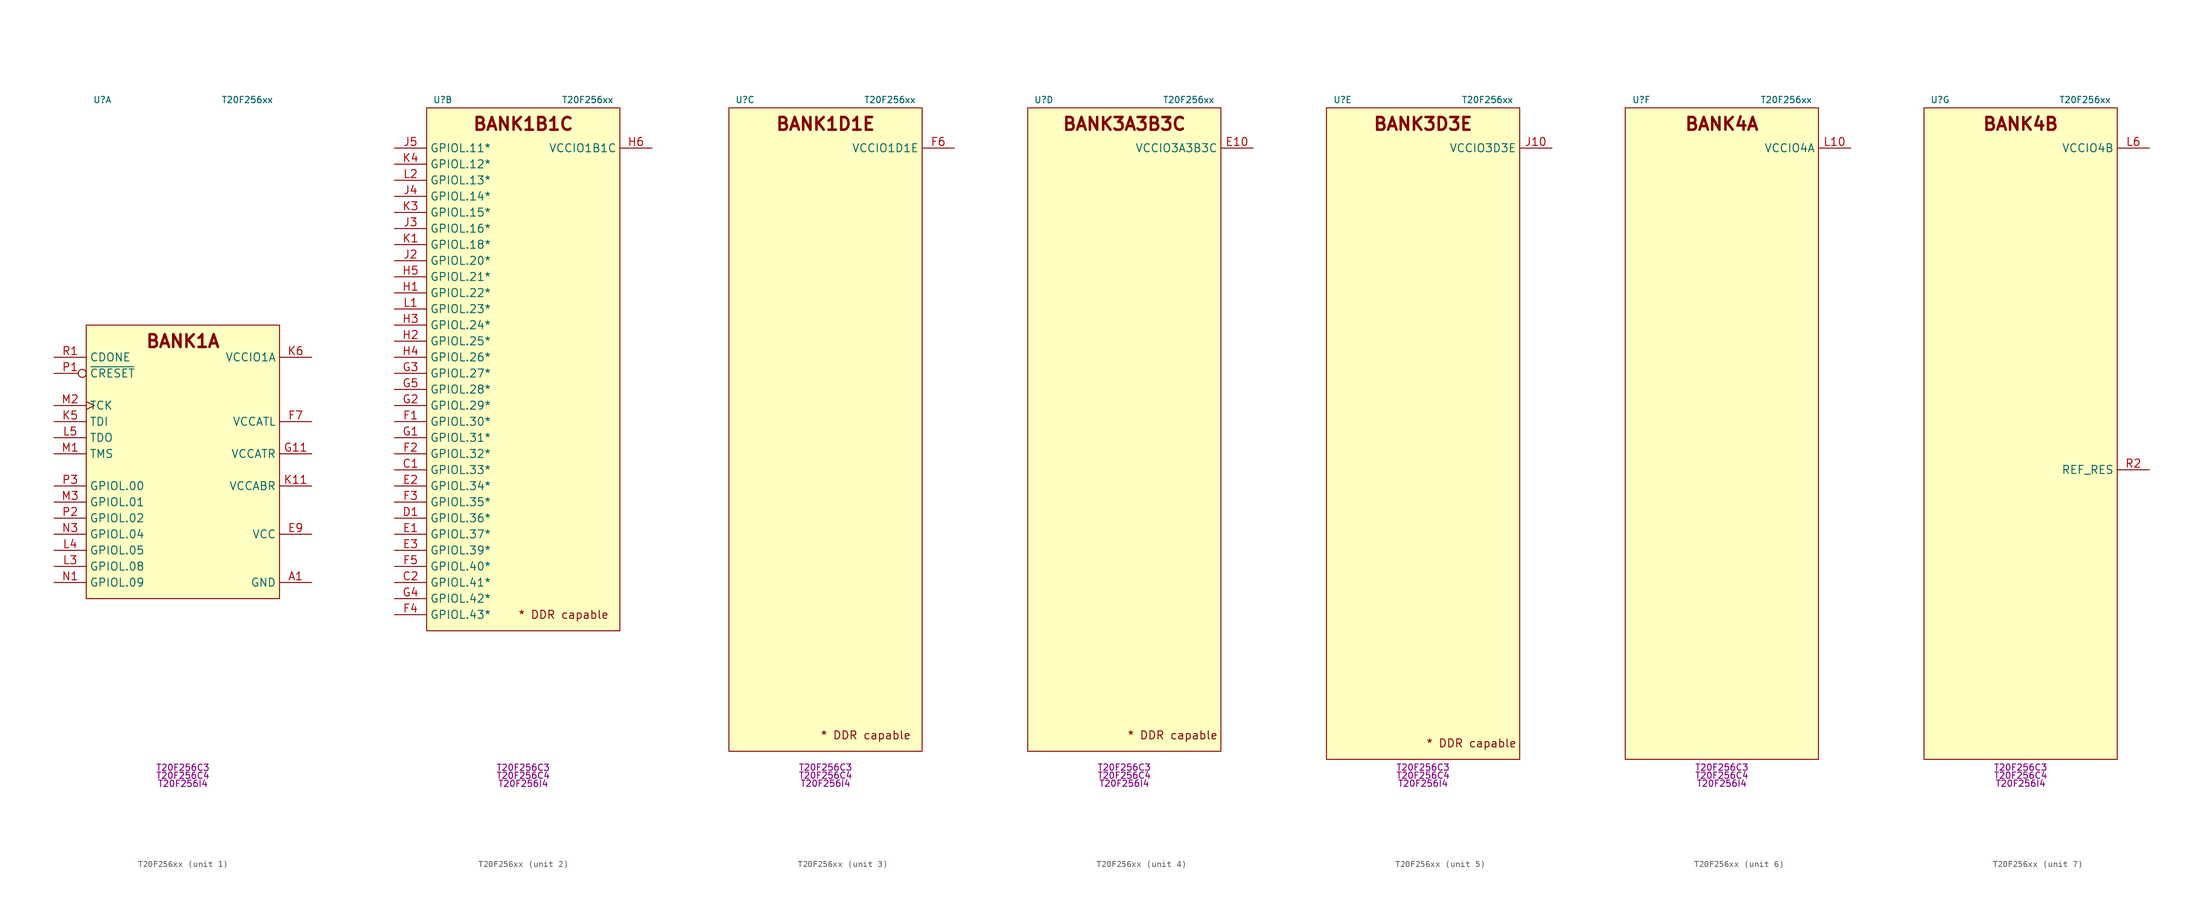
<source format=kicad_sym>
(kicad_symbol_lib
  (version 20220914)
  (generator kicad_symbol_editor)
  (symbol "T20F256xx"
    (property "Reference" "U"
      (at -12.7 58.42 0)
      (effects (font (size 1 1))))
    (property "Value" "T20F256xx"
      (at 10.16 58.42 0)
      (effects (font (size 1 1))))
    (property "MPN" "T20F256C3"
      (at 0 -46.99 0)
      (effects (font (size 1 1))))
    (property "MPN2" "T20F256C4"
      (at 0 -48.26 0)
      (effects (font (size 1 1))))
    (property "MPN3" "T20F256I4"
      (at 0 -49.53 0)
      (effects (font (size 1 1))))
    (property "ki_locked" ""
      (at 0 0 0)
      (effects (font (size 1.27 1.27))))
    (symbol "T20F256xx_1_1"
      (rectangle (start -15.24 22.86) (end 15.24 -20.32) (stroke (width 0) (type default)) (fill (type background)))
      (text "BANK1A" (at 0 20.32 0) (effects (font (size 2 2) bold)))
      (pin power_in line (at 20.32 -17.78 180) (length 5.08) (name "GND" (effects (font (size 1.27 1.27)))) (number "A1" (effects (font (size 1.27 1.27)))))
      (pin power_in line (at 20.32 -17.78 180) (length 5.08) hide (name "GND" (effects (font (size 1.27 1.27)))) (number "A12" (effects (font (size 1.27 1.27)))))
      (pin power_in line (at 20.32 -17.78 180) (length 5.08) hide (name "GND" (effects (font (size 1.27 1.27)))) (number "A16" (effects (font (size 1.27 1.27)))))
      (pin power_in line (at 20.32 -17.78 180) (length 5.08) hide (name "GND" (effects (font (size 1.27 1.27)))) (number "A5" (effects (font (size 1.27 1.27)))))
      (pin power_in line (at 20.32 -17.78 180) (length 5.08) hide (name "GND" (effects (font (size 1.27 1.27)))) (number "D15" (effects (font (size 1.27 1.27)))))
      (pin power_in line (at 20.32 -17.78 180) (length 5.08) hide (name "GND" (effects (font (size 1.27 1.27)))) (number "D2" (effects (font (size 1.27 1.27)))))
      (pin power_in line (at 20.32 -10.16 180) (length 5.08) (name "VCC" (effects (font (size 1.27 1.27)))) (number "E9" (effects (font (size 1.27 1.27)))))
      (pin power_in line (at 20.32 7.62 180) (length 5.08) (name "VCCATL" (effects (font (size 1.27 1.27)))) (number "F7" (effects (font (size 1.27 1.27)))))
      (pin power_in line (at 20.32 -10.16 180) (length 5.08) hide (name "VCC" (effects (font (size 1.27 1.27)))) (number "F8" (effects (font (size 1.27 1.27)))))
      (pin power_in line (at 20.32 -10.16 180) (length 5.08) hide (name "VCC" (effects (font (size 1.27 1.27)))) (number "F9" (effects (font (size 1.27 1.27)))))
      (pin power_in line (at 20.32 -17.78 180) (length 5.08) hide (name "GND" (effects (font (size 1.27 1.27)))) (number "G10" (effects (font (size 1.27 1.27)))))
      (pin power_in line (at 20.32 2.54 180) (length 5.08) (name "VCCATR" (effects (font (size 1.27 1.27)))) (number "G11" (effects (font (size 1.27 1.27)))))
      (pin power_in line (at 20.32 -17.78 180) (length 5.08) hide (name "GND" (effects (font (size 1.27 1.27)))) (number "G7" (effects (font (size 1.27 1.27)))))
      (pin power_in line (at 20.32 -17.78 180) (length 5.08) hide (name "GND" (effects (font (size 1.27 1.27)))) (number "G8" (effects (font (size 1.27 1.27)))))
      (pin power_in line (at 20.32 -17.78 180) (length 5.08) hide (name "GND" (effects (font (size 1.27 1.27)))) (number "G9" (effects (font (size 1.27 1.27)))))
      (pin power_in line (at 20.32 -17.78 180) (length 5.08) hide (name "GND" (effects (font (size 1.27 1.27)))) (number "H10" (effects (font (size 1.27 1.27)))))
      (pin power_in line (at 20.32 -17.78 180) (length 5.08) hide (name "GND" (effects (font (size 1.27 1.27)))) (number "H11" (effects (font (size 1.27 1.27)))))
      (pin power_in line (at 20.32 -17.78 180) (length 5.08) hide (name "GND" (effects (font (size 1.27 1.27)))) (number "H8" (effects (font (size 1.27 1.27)))))
      (pin power_in line (at 20.32 -17.78 180) (length 5.08) hide (name "GND" (effects (font (size 1.27 1.27)))) (number "H9" (effects (font (size 1.27 1.27)))))
      (pin power_in line (at 20.32 -17.78 180) (length 5.08) hide (name "GND" (effects (font (size 1.27 1.27)))) (number "J1" (effects (font (size 1.27 1.27)))))
      (pin power_in line (at 20.32 -17.78 180) (length 5.08) hide (name "GND" (effects (font (size 1.27 1.27)))) (number "J16" (effects (font (size 1.27 1.27)))))
      (pin power_in line (at 20.32 -10.16 180) (length 5.08) hide (name "VCC" (effects (font (size 1.27 1.27)))) (number "J6" (effects (font (size 1.27 1.27)))))
      (pin power_in line (at 20.32 -10.16 180) (length 5.08) hide (name "VCC" (effects (font (size 1.27 1.27)))) (number "J7" (effects (font (size 1.27 1.27)))))
      (pin power_in line (at 20.32 -17.78 180) (length 5.08) hide (name "GND" (effects (font (size 1.27 1.27)))) (number "J8" (effects (font (size 1.27 1.27)))))
      (pin power_in line (at 20.32 -17.78 180) (length 5.08) hide (name "GND" (effects (font (size 1.27 1.27)))) (number "J9" (effects (font (size 1.27 1.27)))))
      (pin power_in line (at 20.32 -17.78 180) (length 5.08) hide (name "GND" (effects (font (size 1.27 1.27)))) (number "K10" (effects (font (size 1.27 1.27)))))
      (pin power_in line (at 20.32 -2.54 180) (length 5.08) (name "VCCABR" (effects (font (size 1.27 1.27)))) (number "K11" (effects (font (size 1.27 1.27)))))
      (pin input line (at -20.32 7.62 0) (length 5.08) (name "TDI" (effects (font (size 1.27 1.27)))) (number "K5" (effects (font (size 1.27 1.27)))))
      (pin power_in line (at 20.32 17.78 180) (length 5.08) (name "VCCIO1A" (effects (font (size 1.27 1.27)))) (number "K6" (effects (font (size 1.27 1.27)))))
      (pin power_in line (at 20.32 -17.78 180) (length 5.08) hide (name "GND" (effects (font (size 1.27 1.27)))) (number "K7" (effects (font (size 1.27 1.27)))))
      (pin power_in line (at 20.32 -17.78 180) (length 5.08) hide (name "GND" (effects (font (size 1.27 1.27)))) (number "K8" (effects (font (size 1.27 1.27)))))
      (pin power_in line (at 20.32 -10.16 180) (length 5.08) hide (name "VCC" (effects (font (size 1.27 1.27)))) (number "K9" (effects (font (size 1.27 1.27)))))
      (pin bidirectional line (at -20.32 -15.24 0) (length 5.08) (name "GPIOL.08" (effects (font (size 1.27 1.27)))) (number "L3" (effects (font (size 1.27 1.27)))) (alternate "CDI0" bidirectional line))
      (pin bidirectional line (at -20.32 -12.7 0) (length 5.08) (name "GPIOL.05" (effects (font (size 1.27 1.27)))) (number "L4" (effects (font (size 1.27 1.27)))) (alternate "CSO" output line))
      (pin output line (at -20.32 5.08 0) (length 5.08) (name "TDO" (effects (font (size 1.27 1.27)))) (number "L5" (effects (font (size 1.27 1.27)))))
      (pin power_in line (at 20.32 -17.78 180) (length 5.08) hide (name "GND" (effects (font (size 1.27 1.27)))) (number "L8" (effects (font (size 1.27 1.27)))))
      (pin power_in line (at 20.32 -17.78 180) (length 5.08) hide (name "GND" (effects (font (size 1.27 1.27)))) (number "L9" (effects (font (size 1.27 1.27)))))
      (pin input line (at -20.32 2.54 0) (length 5.08) (name "TMS" (effects (font (size 1.27 1.27)))) (number "M1" (effects (font (size 1.27 1.27)))))
      (pin input clock (at -20.32 10.16 0) (length 5.08) (name "TCK" (effects (font (size 1.27 1.27)))) (number "M2" (effects (font (size 1.27 1.27)))))
      (pin bidirectional line (at -20.32 -5.08 0) (length 5.08) (name "GPIOL.01" (effects (font (size 1.27 1.27)))) (number "M3" (effects (font (size 1.27 1.27)))) (alternate "CCK" bidirectional clock))
      (pin bidirectional line (at -20.32 -17.78 0) (length 5.08) (name "GPIOL.09" (effects (font (size 1.27 1.27)))) (number "N1" (effects (font (size 1.27 1.27)))) (alternate "CDI1" bidirectional line))
      (pin power_in line (at 20.32 -17.78 180) (length 5.08) hide (name "GND" (effects (font (size 1.27 1.27)))) (number "N15" (effects (font (size 1.27 1.27)))))
      (pin power_in line (at 20.32 -17.78 180) (length 5.08) hide (name "GND" (effects (font (size 1.27 1.27)))) (number "N2" (effects (font (size 1.27 1.27)))))
      (pin bidirectional line (at -20.32 -10.16 0) (length 5.08) (name "GPIOL.04" (effects (font (size 1.27 1.27)))) (number "N3" (effects (font (size 1.27 1.27)))) (alternate "CSI" input line))
      (pin input inverted (at -20.32 15.24 0) (length 5.08) (name "~{CRESET}" (effects (font (size 1.27 1.27)))) (number "P1" (effects (font (size 1.27 1.27)))))
      (pin bidirectional line (at -20.32 -7.62 0) (length 5.08) (name "GPIOL.02" (effects (font (size 1.27 1.27)))) (number "P2" (effects (font (size 1.27 1.27)))))
      (pin bidirectional line (at -20.32 -2.54 0) (length 5.08) (name "GPIOL.00" (effects (font (size 1.27 1.27)))) (number "P3" (effects (font (size 1.27 1.27)))) (alternate "~{SS}" bidirectional inverted))
      (pin open_collector line (at -20.32 17.78 0) (length 5.08) (name "CDONE" (effects (font (size 1.27 1.27)))) (number "R1" (effects (font (size 1.27 1.27)))))
      (pin power_in line (at 20.32 -17.78 180) (length 5.08) hide (name "GND" (effects (font (size 1.27 1.27)))) (number "R10" (effects (font (size 1.27 1.27)))))
      (pin power_in line (at 20.32 -17.78 180) (length 5.08) hide (name "GND" (effects (font (size 1.27 1.27)))) (number "R7" (effects (font (size 1.27 1.27)))))
      (pin power_in line (at 20.32 -17.78 180) (length 5.08) hide (name "GND" (effects (font (size 1.27 1.27)))) (number "T1" (effects (font (size 1.27 1.27)))))
      (pin power_in line (at 20.32 -17.78 180) (length 5.08) hide (name "GND" (effects (font (size 1.27 1.27)))) (number "T13" (effects (font (size 1.27 1.27)))))
      (pin power_in line (at 20.32 -17.78 180) (length 5.08) hide (name "GND" (effects (font (size 1.27 1.27)))) (number "T16" (effects (font (size 1.27 1.27)))))
      (pin power_in line (at 20.32 -17.78 180) (length 5.08) hide (name "GND" (effects (font (size 1.27 1.27)))) (number "T4" (effects (font (size 1.27 1.27))))))
    (symbol "T20F256xx_2_1"
      (rectangle (start -15.24 57.15) (end 15.24 -25.4) (stroke (width 0) (type default)) (fill (type background)))
      (text "* DDR capable" (at 6.35 -22.86 0) (effects (font (size 1.27 1.27))))
      (text "BANK1B1C" (at 0 54.61 0) (effects (font (size 2 2) bold)))
      (pin bidirectional line (at -20.32 0 0) (length 5.08) (name "GPIOL.33*" (effects (font (size 1.27 1.27)))) (number "C1" (effects (font (size 1.27 1.27)))) (alternate "CTRL5" input line))
      (pin bidirectional line (at -20.32 -17.78 0) (length 5.08) (name "GPIOL.41*" (effects (font (size 1.27 1.27)))) (number "C2" (effects (font (size 1.27 1.27)))) (alternate "CDI9" bidirectional line))
      (pin bidirectional line (at -20.32 -7.62 0) (length 5.08) (name "GPIOL.36*" (effects (font (size 1.27 1.27)))) (number "D1" (effects (font (size 1.27 1.27)))))
      (pin bidirectional line (at -20.32 -10.16 0) (length 5.08) (name "GPIOL.37*" (effects (font (size 1.27 1.27)))) (number "E1" (effects (font (size 1.27 1.27)))))
      (pin bidirectional line (at -20.32 -2.54 0) (length 5.08) (name "GPIOL.34*" (effects (font (size 1.27 1.27)))) (number "E2" (effects (font (size 1.27 1.27)))) (alternate "CTRL6" input line))
      (pin bidirectional line (at -20.32 -12.7 0) (length 5.08) (name "GPIOL.39*" (effects (font (size 1.27 1.27)))) (number "E3" (effects (font (size 1.27 1.27)))))
      (pin bidirectional line (at -20.32 7.62 0) (length 5.08) (name "GPIOL.30*" (effects (font (size 1.27 1.27)))) (number "F1" (effects (font (size 1.27 1.27)))) (alternate "CLK6" input clock))
      (pin bidirectional line (at -20.32 2.54 0) (length 5.08) (name "GPIOL.32*" (effects (font (size 1.27 1.27)))) (number "F2" (effects (font (size 1.27 1.27)))) (alternate " CDI7" bidirectional line) (alternate "CTRL4" input line))
      (pin bidirectional line (at -20.32 -5.08 0) (length 5.08) (name "GPIOL.35*" (effects (font (size 1.27 1.27)))) (number "F3" (effects (font (size 1.27 1.27)))) (alternate "CTRL7" input line))
      (pin bidirectional line (at -20.32 -22.86 0) (length 5.08) (name "GPIOL.43*" (effects (font (size 1.27 1.27)))) (number "F4" (effects (font (size 1.27 1.27)))))
      (pin bidirectional line (at -20.32 -15.24 0) (length 5.08) (name "GPIOL.40*" (effects (font (size 1.27 1.27)))) (number "F5" (effects (font (size 1.27 1.27)))) (alternate "CDI8" bidirectional line))
      (pin bidirectional line (at -20.32 5.08 0) (length 5.08) (name "GPIOL.31*" (effects (font (size 1.27 1.27)))) (number "G1" (effects (font (size 1.27 1.27)))) (alternate "CDI6" bidirectional line) (alternate "CLK7" input clock))
      (pin bidirectional line (at -20.32 10.16 0) (length 5.08) (name "GPIOL.29*" (effects (font (size 1.27 1.27)))) (number "G2" (effects (font (size 1.27 1.27)))) (alternate "CLK5" input clock))
      (pin bidirectional line (at -20.32 15.24 0) (length 5.08) (name "GPIOL.27*" (effects (font (size 1.27 1.27)))) (number "G3" (effects (font (size 1.27 1.27)))) (alternate "CLK3" input clock))
      (pin bidirectional line (at -20.32 -20.32 0) (length 5.08) (name "GPIOL.42*" (effects (font (size 1.27 1.27)))) (number "G4" (effects (font (size 1.27 1.27)))))
      (pin bidirectional line (at -20.32 12.7 0) (length 5.08) (name "GPIOL.28*" (effects (font (size 1.27 1.27)))) (number "G5" (effects (font (size 1.27 1.27)))) (alternate "CLK4" input clock))
      (pin bidirectional line (at -20.32 27.94 0) (length 5.08) (name "GPIOL.22*" (effects (font (size 1.27 1.27)))) (number "H1" (effects (font (size 1.27 1.27)))) (alternate "CTRL2" input line))
      (pin bidirectional line (at -20.32 20.32 0) (length 5.08) (name "GPIOL.25*" (effects (font (size 1.27 1.27)))) (number "H2" (effects (font (size 1.27 1.27)))) (alternate "CLK1" input clock))
      (pin bidirectional line (at -20.32 22.86 0) (length 5.08) (name "GPIOL.24*" (effects (font (size 1.27 1.27)))) (number "H3" (effects (font (size 1.27 1.27)))) (alternate "CLK0" input clock))
      (pin bidirectional line (at -20.32 17.78 0) (length 5.08) (name "GPIOL.26*" (effects (font (size 1.27 1.27)))) (number "H4" (effects (font (size 1.27 1.27)))) (alternate "CLK2" input clock))
      (pin bidirectional line (at -20.32 30.48 0) (length 5.08) (name "GPIOL.21*" (effects (font (size 1.27 1.27)))) (number "H5" (effects (font (size 1.27 1.27)))) (alternate "CDI5" bidirectional line) (alternate "CTRL1" input line))
      (pin power_in line (at 20.32 50.8 180) (length 5.08) (name "VCCIO1B1C" (effects (font (size 1.27 1.27)))) (number "H6" (effects (font (size 1.27 1.27)))))
      (pin power_in line (at 20.32 50.8 180) (length 5.08) hide (name "VCCIO1B1C" (effects (font (size 1.27 1.27)))) (number "H7" (effects (font (size 1.27 1.27)))))
      (pin bidirectional line (at -20.32 33.02 0) (length 5.08) (name "GPIOL.20*" (effects (font (size 1.27 1.27)))) (number "J2" (effects (font (size 1.27 1.27)))) (alternate "CDI4" bidirectional line) (alternate "CTRL0" input line))
      (pin bidirectional line (at -20.32 38.1 0) (length 5.08) (name "GPIOL.16*" (effects (font (size 1.27 1.27)))) (number "J3" (effects (font (size 1.27 1.27)))))
      (pin bidirectional line (at -20.32 43.18 0) (length 5.08) (name "GPIOL.14*" (effects (font (size 1.27 1.27)))) (number "J4" (effects (font (size 1.27 1.27)))))
      (pin bidirectional line (at -20.32 50.8 0) (length 5.08) (name "GPIOL.11*" (effects (font (size 1.27 1.27)))) (number "J5" (effects (font (size 1.27 1.27)))))
      (pin bidirectional line (at -20.32 35.56 0) (length 5.08) (name "GPIOL.18*" (effects (font (size 1.27 1.27)))) (number "K1" (effects (font (size 1.27 1.27)))))
      (pin bidirectional line (at -20.32 40.64 0) (length 5.08) (name "GPIOL.15*" (effects (font (size 1.27 1.27)))) (number "K3" (effects (font (size 1.27 1.27)))))
      (pin bidirectional line (at -20.32 48.26 0) (length 5.08) (name "GPIOL.12*" (effects (font (size 1.27 1.27)))) (number "K4" (effects (font (size 1.27 1.27)))) (alternate "CDI2" bidirectional line))
      (pin bidirectional line (at -20.32 25.4 0) (length 5.08) (name "GPIOL.23*" (effects (font (size 1.27 1.27)))) (number "L1" (effects (font (size 1.27 1.27)))) (alternate "CTRL3" input line))
      (pin bidirectional line (at -20.32 45.72 0) (length 5.08) (name "GPIOL.13*" (effects (font (size 1.27 1.27)))) (number "L2" (effects (font (size 1.27 1.27)))) (alternate "CDI3" bidirectional line)))
    (symbol "T20F256xx_3_1"
      (rectangle (start -15.24 57.15) (end 15.24 -44.45) (stroke (width 0) (type default)) (fill (type background)))
      (text "* DDR capable" (at 6.35 -41.91 0) (effects (font (size 1.27 1.27))))
      (text "BANK1D1E" (at 0 54.61 0) (effects (font (size 2 2) bold)))
      (pin power_in line (at 20.32 50.8 180) (length 5.08) (name "VCCIO1D1E" (effects (font (size 1.27 1.27)))) (number "F6" (effects (font (size 1.27 1.27)))))
      (pin power_in line (at 20.32 50.8 180) (length 5.08) hide (name "VCCIO1D1E" (effects (font (size 1.27 1.27)))) (number "G6" (effects (font (size 1.27 1.27))))))
    (symbol "T20F256xx_4_1"
      (rectangle (start -15.24 57.15) (end 15.24 -44.45) (stroke (width 0) (type default)) (fill (type background)))
      (text "* DDR capable" (at 7.62 -41.91 0) (effects (font (size 1.27 1.27))))
      (text "BANK3A3B3C" (at 0 54.61 0) (effects (font (size 2 2) bold)))
      (pin power_in line (at 20.32 50.8 180) (length 5.08) (name "VCCIO3A3B3C" (effects (font (size 1.27 1.27)))) (number "E10" (effects (font (size 1.27 1.27)))))
      (pin power_in line (at 20.32 50.8 180) (length 5.08) hide (name "VCCIO3A3B3C" (effects (font (size 1.27 1.27)))) (number "F10" (effects (font (size 1.27 1.27)))))
      (pin power_in line (at 20.32 50.8 180) (length 5.08) hide (name "VCCIO3A3B3C" (effects (font (size 1.27 1.27)))) (number "F11" (effects (font (size 1.27 1.27))))))
    (symbol "T20F256xx_5_1"
      (rectangle (start -15.24 57.15) (end 15.24 -45.72) (stroke (width 0) (type default)) (fill (type background)))
      (text "* DDR capable" (at 7.62 -43.18 0) (effects (font (size 1.27 1.27))))
      (text "BANK3D3E" (at 0 54.61 0) (effects (font (size 2 2) bold)))
      (pin power_in line (at 20.32 50.8 180) (length 5.08) (name "VCCIO3D3E" (effects (font (size 1.27 1.27)))) (number "J10" (effects (font (size 1.27 1.27)))))
      (pin power_in line (at 20.32 50.8 180) (length 5.08) hide (name "VCCIO3D3E" (effects (font (size 1.27 1.27)))) (number "J11" (effects (font (size 1.27 1.27))))))
    (symbol "T20F256xx_6_1"
      (rectangle (start -15.24 57.15) (end 15.24 -45.72) (stroke (width 0) (type default)) (fill (type background)))
      (text "BANK4A" (at 0 54.61 0) (effects (font (size 2 2) bold)))
      (pin power_in line (at 20.32 50.8 180) (length 5.08) (name "VCCIO4A" (effects (font (size 1.27 1.27)))) (number "L10" (effects (font (size 1.27 1.27)))))
      (pin power_in line (at 20.32 50.8 180) (length 5.08) hide (name "VCCIO4A" (effects (font (size 1.27 1.27)))) (number "L11" (effects (font (size 1.27 1.27))))))
    (symbol "T20F256xx_7_1"
      (rectangle (start -15.24 57.15) (end 15.24 -45.72) (stroke (width 0) (type default)) (fill (type background)))
      (text "BANK4B" (at 0 54.61 0) (effects (font (size 2 2) bold)))
      (pin power_in line (at 20.32 50.8 180) (length 5.08) (name "VCCIO4B" (effects (font (size 1.27 1.27)))) (number "L6" (effects (font (size 1.27 1.27)))))
      (pin power_in line (at 20.32 50.8 180) (length 5.08) hide (name "VCCIO4B" (effects (font (size 1.27 1.27)))) (number "L7" (effects (font (size 1.27 1.27)))))
      (pin passive line (at 20.32 0 180) (length 5.08) (name "REF_RES" (effects (font (size 1.27 1.27)))) (number "R2" (effects (font (size 1.27 1.27))))))))
</source>
